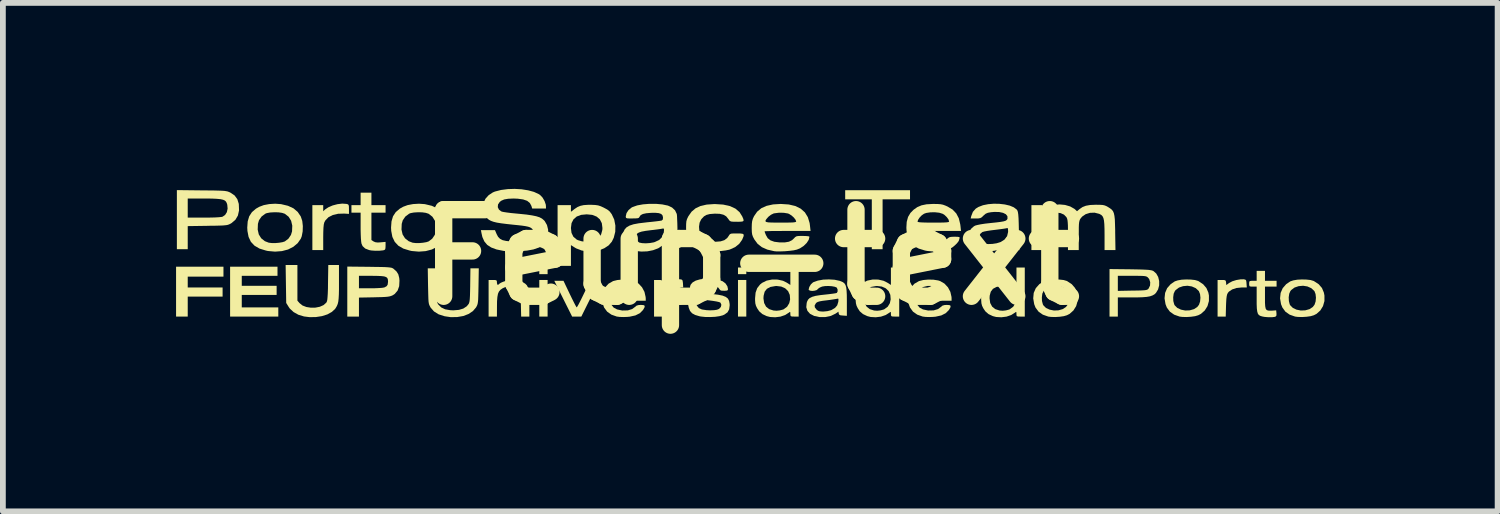
<source format=kicad_pcb>
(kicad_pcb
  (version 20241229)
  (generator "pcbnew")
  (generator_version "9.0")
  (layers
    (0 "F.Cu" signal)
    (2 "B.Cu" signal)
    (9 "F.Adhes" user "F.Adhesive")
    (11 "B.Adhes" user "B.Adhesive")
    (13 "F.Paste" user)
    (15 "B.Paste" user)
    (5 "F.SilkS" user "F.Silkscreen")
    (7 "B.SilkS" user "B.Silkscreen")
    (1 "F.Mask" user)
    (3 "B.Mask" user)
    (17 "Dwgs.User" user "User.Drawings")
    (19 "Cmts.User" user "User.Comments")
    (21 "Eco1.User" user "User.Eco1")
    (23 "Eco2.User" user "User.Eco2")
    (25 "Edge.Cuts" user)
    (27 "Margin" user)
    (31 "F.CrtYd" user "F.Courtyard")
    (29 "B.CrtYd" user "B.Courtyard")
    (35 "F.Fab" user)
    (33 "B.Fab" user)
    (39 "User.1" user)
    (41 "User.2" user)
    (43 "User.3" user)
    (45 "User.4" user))
  (footprint "Feup-text"
    (layer "F.Cu")
    (at 9.957 1.404)
    (property "Reference" "Feup-text" (at 0 0 0) (layer "F.SilkS") (effects (font (size 1.5 1.5) (thickness 0.3))))
    (attr board_only exclude_from_pos_files exclude_from_bom)
    (fp_poly (pts (xy -3.521 0.238) (xy -3.521 0.295) (xy -3.593 0.295) (xy -3.665 0.295) (xy -3.665 0.238) (xy -3.665 0.18) (xy -3.593 0.18) (xy -3.521 0.18)) (stroke (width 0) (type solid)) (fill yes) (layer "F.SilkS"))
    (fp_poly (pts (xy -3.521 0.713) (xy -3.521 1.03) (xy -3.593 1.03) (xy -3.665 1.03) (xy -3.665 0.713) (xy -3.665 0.396) (xy -3.593 0.396) (xy -3.521 0.396)) (stroke (width 0) (type solid)) (fill yes) (layer "F.SilkS"))
    (fp_poly (pts (xy -0.079 0.238) (xy -0.079 0.295) (xy -0.151 0.295) (xy -0.223 0.295) (xy -0.223 0.238) (xy -0.223 0.18) (xy -0.151 0.18) (xy -0.079 0.18)) (stroke (width 0) (type solid)) (fill yes) (layer "F.SilkS"))
    (fp_poly (pts (xy -0.079 0.713) (xy -0.079 1.03) (xy -0.151 1.03) (xy -0.223 1.03) (xy -0.223 0.713) (xy -0.223 0.396) (xy -0.151 0.396) (xy -0.079 0.396)) (stroke (width 0) (type solid)) (fill yes) (layer "F.SilkS"))
    (fp_poly (pts (xy 2.757 -1.08) (xy 2.757 -1.001) (xy 2.52 -1.001) (xy 2.282 -1.001) (xy 2.282 -0.569) (xy 2.282 -0.137) (xy 2.189 -0.137) (xy 2.095 -0.137) (xy 2.095 -0.569) (xy 2.095 -1.001) (xy 1.865 -1.001) (xy 1.634 -1.001) (xy 1.634 -1.08) (xy 1.634 -1.159) (xy 2.196 -1.159) (xy 2.757 -1.159)) (stroke (width 0) (type solid)) (fill yes) (layer "F.SilkS"))
    (fp_poly (pts (xy -9.136 0.252) (xy -9.136 0.338) (xy -9.446 0.338) (xy -9.755 0.338) (xy -9.755 0.432) (xy -9.755 0.526) (xy -9.453 0.526) (xy -9.151 0.526) (xy -9.151 0.605) (xy -9.151 0.684) (xy -9.453 0.684) (xy -9.755 0.684) (xy -9.755 0.857) (xy -9.755 1.03) (xy -9.856 1.03) (xy -9.957 1.03) (xy -9.957 0.598) (xy -9.957 0.166) (xy -9.547 0.166) (xy -9.136 0.166)) (stroke (width 0) (type solid)) (fill yes) (layer "F.SilkS"))
    (fp_poly (pts (xy -3.136 0.641) (xy -3.1 0.715) (xy -3.068 0.779) (xy -3.042 0.83) (xy -3.024 0.861) (xy -3.017 0.871) (xy -3.008 0.859) (xy -2.988 0.825) (xy -2.961 0.773) (xy -2.928 0.707) (xy -2.896 0.641) (xy -2.784 0.41) (xy -2.706 0.41) (xy -2.628 0.41) (xy -2.783 0.72) (xy -2.937 1.03) (xy -3.017 1.03) (xy -3.096 1.03) (xy -3.251 0.72) (xy -3.405 0.41) (xy -3.326 0.41) (xy -3.246 0.41)) (stroke (width 0) (type solid)) (fill yes) (layer "F.SilkS"))
    (fp_poly (pts (xy -8.2 0.245) (xy -8.2 0.324) (xy -8.51 0.324) (xy -8.819 0.324) (xy -8.819 0.41) (xy -8.819 0.497) (xy -8.517 0.497) (xy -8.215 0.497) (xy -8.215 0.576) (xy -8.215 0.655) (xy -8.517 0.655) (xy -8.819 0.655) (xy -8.819 0.763) (xy -8.819 0.871) (xy -8.503 0.871) (xy -8.186 0.871) (xy -8.186 0.95) (xy -8.186 1.03) (xy -8.603 1.03) (xy -9.021 1.03) (xy -9.021 0.598) (xy -9.021 0.166) (xy -8.611 0.166) (xy -8.2 0.166)) (stroke (width 0) (type solid)) (fill yes) (layer "F.SilkS"))
    (fp_poly (pts (xy -1.199 0.389) (xy -1.185 0.401) (xy -1.179 0.429) (xy -1.176 0.457) (xy -1.172 0.526) (xy -1.263 0.526) (xy -1.351 0.535) (xy -1.426 0.56) (xy -1.481 0.598) (xy -1.5 0.62) (xy -1.511 0.644) (xy -1.519 0.677) (xy -1.525 0.725) (xy -1.529 0.794) (xy -1.531 0.845) (xy -1.537 1.03) (xy -1.607 1.03) (xy -1.677 1.03) (xy -1.677 0.713) (xy -1.677 0.396) (xy -1.606 0.396) (xy -1.564 0.397) (xy -1.542 0.403) (xy -1.534 0.42) (xy -1.531 0.44) (xy -1.526 0.484) (xy -1.478 0.448) (xy -1.423 0.419) (xy -1.353 0.397) (xy -1.28 0.385) (xy -1.228 0.384)) (stroke (width 0) (type solid)) (fill yes) (layer "F.SilkS"))
    (fp_poly (pts (xy 8.563 0.389) (xy 8.578 0.401) (xy 8.584 0.429) (xy 8.586 0.457) (xy 8.591 0.526) (xy 8.5 0.526) (xy 8.412 0.535) (xy 8.337 0.56) (xy 8.281 0.598) (xy 8.263 0.62) (xy 8.251 0.644) (xy 8.243 0.677) (xy 8.237 0.725) (xy 8.233 0.794) (xy 8.231 0.845) (xy 8.226 1.03) (xy 8.155 1.03) (xy 8.085 1.03) (xy 8.085 0.713) (xy 8.085 0.396) (xy 8.156 0.396) (xy 8.199 0.397) (xy 8.22 0.403) (xy 8.229 0.42) (xy 8.232 0.44) (xy 8.236 0.484) (xy 8.285 0.448) (xy 8.339 0.419) (xy 8.41 0.397) (xy 8.483 0.385) (xy 8.535 0.384)) (stroke (width 0) (type solid)) (fill yes) (layer "F.SilkS"))
    (fp_poly (pts (xy -7.008 -0.922) (xy -7.007 -0.922) (xy -6.981 -0.915) (xy -6.968 -0.903) (xy -6.963 -0.877) (xy -6.962 -0.831) (xy -6.962 -0.83) (xy -6.962 -0.749) (xy -7.045 -0.754) (xy -7.15 -0.751) (xy -7.241 -0.73) (xy -7.316 -0.692) (xy -7.369 -0.638) (xy -7.389 -0.602) (xy -7.398 -0.566) (xy -7.404 -0.508) (xy -7.407 -0.426) (xy -7.408 -0.339) (xy -7.408 -0.122) (xy -7.502 -0.122) (xy -7.596 -0.122) (xy -7.596 -0.511) (xy -7.596 -0.9) (xy -7.502 -0.9) (xy -7.408 -0.9) (xy -7.408 -0.847) (xy -7.408 -0.794) (xy -7.376 -0.825) (xy -7.319 -0.863) (xy -7.245 -0.895) (xy -7.161 -0.917) (xy -7.079 -0.927)) (stroke (width 0) (type solid)) (fill yes) (layer "F.SilkS"))
    (fp_poly (pts (xy -6.573 -1.008) (xy -6.573 -0.9) (xy -6.451 -0.9) (xy -6.328 -0.9) (xy -6.328 -0.835) (xy -6.328 -0.77) (xy -6.451 -0.77) (xy -6.573 -0.77) (xy -6.573 -0.533) (xy -6.573 -0.296) (xy -6.537 -0.272) (xy -6.505 -0.258) (xy -6.463 -0.253) (xy -6.414 -0.256) (xy -6.328 -0.264) (xy -6.328 -0.195) (xy -6.33 -0.153) (xy -6.337 -0.131) (xy -6.355 -0.121) (xy -6.373 -0.117) (xy -6.432 -0.111) (xy -6.504 -0.11) (xy -6.574 -0.115) (xy -6.612 -0.122) (xy -6.681 -0.149) (xy -6.726 -0.191) (xy -6.745 -0.234) (xy -6.75 -0.266) (xy -6.755 -0.322) (xy -6.758 -0.393) (xy -6.76 -0.475) (xy -6.76 -0.529) (xy -6.76 -0.77) (xy -6.84 -0.77) (xy -6.919 -0.77) (xy -6.919 -0.835) (xy -6.919 -0.9) (xy -6.84 -0.9) (xy -6.76 -0.9) (xy -6.76 -1.008) (xy -6.76 -1.116) (xy -6.667 -1.116) (xy -6.573 -1.116)) (stroke (width 0) (type solid)) (fill yes) (layer "F.SilkS"))
    (fp_poly (pts (xy -7.855 0.445) (xy -7.855 0.754) (xy -7.818 0.797) (xy -7.767 0.838) (xy -7.7 0.864) (xy -7.623 0.876) (xy -7.543 0.875) (xy -7.467 0.86) (xy -7.402 0.831) (xy -7.355 0.789) (xy -7.351 0.782) (xy -7.343 0.765) (xy -7.337 0.736) (xy -7.333 0.692) (xy -7.329 0.63) (xy -7.326 0.546) (xy -7.325 0.443) (xy -7.32 0.137) (xy -7.227 0.137) (xy -7.135 0.137) (xy -7.135 0.444) (xy -7.135 0.558) (xy -7.137 0.648) (xy -7.141 0.717) (xy -7.147 0.771) (xy -7.157 0.812) (xy -7.171 0.846) (xy -7.189 0.877) (xy -7.202 0.897) (xy -7.258 0.949) (xy -7.335 0.992) (xy -7.429 1.022) (xy -7.533 1.038) (xy -7.643 1.04) (xy -7.74 1.028) (xy -7.837 0.999) (xy -7.921 0.952) (xy -7.986 0.892) (xy -8.005 0.865) (xy -8.049 0.794) (xy -8.054 0.466) (xy -8.059 0.137) (xy -7.957 0.137) (xy -7.855 0.137)) (stroke (width 0) (type solid)) (fill yes) (layer "F.SilkS"))
    (fp_poly (pts (xy 8.906 0.324) (xy 8.906 0.41) (xy 9.007 0.41) (xy 9.107 0.41) (xy 9.107 0.461) (xy 9.107 0.511) (xy 9.007 0.511) (xy 8.906 0.511) (xy 8.906 0.705) (xy 8.906 0.791) (xy 8.91 0.852) (xy 8.918 0.892) (xy 8.934 0.916) (xy 8.96 0.926) (xy 8.998 0.928) (xy 9.033 0.927) (xy 9.1 0.922) (xy 9.105 0.974) (xy 9.105 1.01) (xy 9.093 1.028) (xy 9.076 1.035) (xy 9.028 1.041) (xy 8.965 1.041) (xy 8.9 1.036) (xy 8.863 1.029) (xy 8.828 1.019) (xy 8.801 1.004) (xy 8.783 0.98) (xy 8.772 0.943) (xy 8.765 0.889) (xy 8.762 0.814) (xy 8.762 0.733) (xy 8.762 0.511) (xy 8.697 0.511) (xy 8.657 0.51) (xy 8.638 0.503) (xy 8.633 0.483) (xy 8.632 0.461) (xy 8.634 0.43) (xy 8.643 0.415) (xy 8.668 0.411) (xy 8.697 0.41) (xy 8.762 0.41) (xy 8.762 0.324) (xy 8.762 0.238) (xy 8.834 0.238) (xy 8.906 0.238)) (stroke (width 0) (type solid)) (fill yes) (layer "F.SilkS"))
    (fp_poly (pts (xy -4.428 0.397) (xy -4.407 0.403) (xy -4.4 0.418) (xy -4.399 0.439) (xy -4.394 0.473) (xy -4.379 0.481) (xy -4.356 0.461) (xy -4.332 0.445) (xy -4.291 0.427) (xy -4.258 0.416) (xy -4.167 0.4) (xy -4.074 0.401) (xy -3.989 0.419) (xy -3.94 0.44) (xy -3.905 0.463) (xy -3.879 0.49) (xy -3.861 0.526) (xy -3.848 0.574) (xy -3.841 0.64) (xy -3.838 0.727) (xy -3.837 0.807) (xy -3.837 1.03) (xy -3.908 1.03) (xy -3.979 1.03) (xy -3.984 0.814) (xy -3.986 0.731) (xy -3.988 0.671) (xy -3.992 0.631) (xy -3.997 0.603) (xy -4.006 0.584) (xy -4.018 0.569) (xy -4.028 0.559) (xy -4.056 0.536) (xy -4.088 0.523) (xy -4.135 0.516) (xy -4.157 0.515) (xy -4.215 0.514) (xy -4.258 0.521) (xy -4.298 0.539) (xy -4.305 0.543) (xy -4.339 0.567) (xy -4.364 0.597) (xy -4.381 0.636) (xy -4.391 0.691) (xy -4.397 0.766) (xy -4.398 0.853) (xy -4.399 1.03) (xy -4.471 1.03) (xy -4.543 1.03) (xy -4.543 0.713) (xy -4.543 0.396) (xy -4.471 0.396)) (stroke (width 0) (type solid)) (fill yes) (layer "F.SilkS"))
    (fp_poly (pts (xy -6.61 0.168) (xy -6.495 0.17) (xy -6.405 0.171) (xy -6.337 0.173) (xy -6.287 0.176) (xy -6.251 0.18) (xy -6.226 0.184) (xy -6.208 0.191) (xy -6.194 0.199) (xy -6.19 0.202) (xy -6.138 0.249) (xy -6.107 0.299) (xy -6.091 0.362) (xy -6.087 0.407) (xy -6.092 0.503) (xy -6.119 0.579) (xy -6.168 0.637) (xy -6.206 0.662) (xy -6.23 0.672) (xy -6.257 0.68) (xy -6.292 0.686) (xy -6.339 0.69) (xy -6.404 0.693) (xy -6.492 0.695) (xy -6.526 0.696) (xy -6.789 0.701) (xy -6.789 0.865) (xy -6.789 1.03) (xy -6.89 1.03) (xy -6.991 1.03) (xy -6.991 0.597) (xy -6.991 0.432) (xy -6.789 0.432) (xy -6.789 0.54) (xy -6.589 0.54) (xy -6.512 0.539) (xy -6.443 0.536) (xy -6.387 0.532) (xy -6.352 0.526) (xy -6.348 0.525) (xy -6.311 0.505) (xy -6.292 0.478) (xy -6.286 0.434) (xy -6.285 0.422) (xy -6.288 0.388) (xy -6.297 0.363) (xy -6.317 0.346) (xy -6.352 0.334) (xy -6.405 0.328) (xy -6.48 0.325) (xy -6.569 0.324) (xy -6.789 0.324) (xy -6.789 0.432) (xy -6.991 0.432) (xy -6.991 0.164)) (stroke (width 0) (type solid)) (fill yes) (layer "F.SilkS"))
    (fp_poly (pts (xy 6.57 0.211) (xy 6.683 0.213) (xy 6.771 0.215) (xy 6.838 0.218) (xy 6.888 0.221) (xy 6.923 0.226) (xy 6.949 0.231) (xy 6.968 0.239) (xy 6.973 0.241) (xy 7.022 0.284) (xy 7.056 0.344) (xy 7.073 0.414) (xy 7.073 0.489) (xy 7.054 0.56) (xy 7.018 0.619) (xy 6.991 0.645) (xy 6.957 0.664) (xy 6.914 0.679) (xy 6.857 0.689) (xy 6.782 0.695) (xy 6.685 0.698) (xy 6.594 0.698) (xy 6.357 0.698) (xy 6.357 0.864) (xy 6.357 1.03) (xy 6.285 1.03) (xy 6.213 1.03) (xy 6.213 0.618) (xy 6.213 0.454) (xy 6.357 0.454) (xy 6.357 0.585) (xy 6.61 0.58) (xy 6.702 0.579) (xy 6.768 0.577) (xy 6.815 0.574) (xy 6.846 0.57) (xy 6.866 0.564) (xy 6.88 0.555) (xy 6.891 0.543) (xy 6.891 0.542) (xy 6.915 0.492) (xy 6.918 0.435) (xy 6.901 0.382) (xy 6.883 0.359) (xy 6.87 0.346) (xy 6.855 0.337) (xy 6.835 0.331) (xy 6.804 0.327) (xy 6.759 0.325) (xy 6.694 0.324) (xy 6.605 0.324) (xy 6.603 0.324) (xy 6.357 0.324) (xy 6.357 0.454) (xy 6.213 0.454) (xy 6.213 0.207)) (stroke (width 0) (type solid)) (fill yes) (layer "F.SilkS"))
    (fp_poly (pts (xy -5.448 0.489) (xy -5.446 0.589) (xy -5.444 0.664) (xy -5.441 0.72) (xy -5.437 0.759) (xy -5.432 0.786) (xy -5.424 0.805) (xy -5.415 0.821) (xy -5.413 0.822) (xy -5.363 0.872) (xy -5.296 0.904) (xy -5.211 0.919) (xy -5.155 0.922) (xy -5.057 0.914) (xy -4.981 0.891) (xy -4.922 0.852) (xy -4.897 0.822) (xy -4.886 0.807) (xy -4.879 0.788) (xy -4.873 0.762) (xy -4.869 0.725) (xy -4.866 0.672) (xy -4.864 0.599) (xy -4.862 0.502) (xy -4.862 0.489) (xy -4.858 0.194) (xy -4.785 0.194) (xy -4.713 0.194) (xy -4.718 0.5) (xy -4.72 0.602) (xy -4.722 0.679) (xy -4.724 0.736) (xy -4.728 0.778) (xy -4.733 0.808) (xy -4.74 0.831) (xy -4.75 0.852) (xy -4.761 0.872) (xy -4.815 0.935) (xy -4.89 0.985) (xy -4.981 1.02) (xy -5.086 1.038) (xy -5.199 1.04) (xy -5.306 1.024) (xy -5.409 0.991) (xy -5.489 0.941) (xy -5.547 0.875) (xy -5.549 0.871) (xy -5.561 0.849) (xy -5.571 0.828) (xy -5.578 0.804) (xy -5.583 0.772) (xy -5.586 0.728) (xy -5.588 0.668) (xy -5.59 0.587) (xy -5.592 0.5) (xy -5.597 0.194) (xy -5.524 0.194) (xy -5.452 0.194)) (stroke (width 0) (type solid)) (fill yes) (layer "F.SilkS"))
    (fp_poly (pts (xy 5.348 0.389) (xy 5.419 0.397) (xy 5.473 0.413) (xy 5.479 0.416) (xy 5.56 0.47) (xy 5.616 0.535) (xy 5.65 0.614) (xy 5.66 0.665) (xy 5.66 0.761) (xy 5.635 0.849) (xy 5.588 0.924) (xy 5.522 0.983) (xy 5.475 1.007) (xy 5.421 1.023) (xy 5.35 1.033) (xy 5.272 1.038) (xy 5.199 1.036) (xy 5.152 1.03) (xy 5.058 0.997) (xy 4.984 0.945) (xy 4.931 0.874) (xy 4.908 0.815) (xy 4.891 0.713) (xy 4.893 0.696) (xy 5.041 0.696) (xy 5.043 0.76) (xy 5.058 0.817) (xy 5.067 0.835) (xy 5.112 0.88) (xy 5.176 0.91) (xy 5.25 0.925) (xy 5.328 0.922) (xy 5.401 0.901) (xy 5.402 0.901) (xy 5.458 0.864) (xy 5.488 0.825) (xy 5.507 0.769) (xy 5.513 0.703) (xy 5.506 0.64) (xy 5.486 0.59) (xy 5.483 0.586) (xy 5.431 0.538) (xy 5.364 0.508) (xy 5.289 0.496) (xy 5.213 0.503) (xy 5.142 0.527) (xy 5.084 0.57) (xy 5.07 0.588) (xy 5.049 0.634) (xy 5.041 0.696) (xy 4.893 0.696) (xy 4.9 0.62) (xy 4.936 0.538) (xy 4.998 0.468) (xy 5.068 0.42) (xy 5.119 0.403) (xy 5.189 0.391) (xy 5.268 0.387)) (stroke (width 0) (type solid)) (fill yes) (layer "F.SilkS"))
    (fp_poly (pts (xy 7.623 0.389) (xy 7.694 0.397) (xy 7.748 0.413) (xy 7.754 0.416) (xy 7.835 0.47) (xy 7.891 0.535) (xy 7.925 0.614) (xy 7.935 0.665) (xy 7.935 0.761) (xy 7.91 0.849) (xy 7.863 0.924) (xy 7.797 0.983) (xy 7.75 1.007) (xy 7.696 1.023) (xy 7.625 1.033) (xy 7.547 1.038) (xy 7.474 1.036) (xy 7.427 1.03) (xy 7.333 0.997) (xy 7.259 0.945) (xy 7.206 0.874) (xy 7.183 0.815) (xy 7.166 0.713) (xy 7.168 0.696) (xy 7.316 0.696) (xy 7.318 0.76) (xy 7.333 0.817) (xy 7.342 0.835) (xy 7.387 0.88) (xy 7.451 0.91) (xy 7.525 0.925) (xy 7.603 0.922) (xy 7.676 0.901) (xy 7.677 0.901) (xy 7.733 0.864) (xy 7.763 0.825) (xy 7.782 0.769) (xy 7.788 0.703) (xy 7.781 0.64) (xy 7.761 0.59) (xy 7.758 0.586) (xy 7.707 0.538) (xy 7.639 0.508) (xy 7.564 0.496) (xy 7.488 0.503) (xy 7.417 0.527) (xy 7.359 0.57) (xy 7.345 0.588) (xy 7.324 0.634) (xy 7.316 0.696) (xy 7.168 0.696) (xy 7.176 0.62) (xy 7.211 0.538) (xy 7.273 0.468) (xy 7.344 0.42) (xy 7.395 0.403) (xy 7.464 0.391) (xy 7.543 0.387)) (stroke (width 0) (type solid)) (fill yes) (layer "F.SilkS"))
    (fp_poly (pts (xy 9.624 0.389) (xy 9.696 0.397) (xy 9.749 0.413) (xy 9.755 0.416) (xy 9.837 0.47) (xy 9.893 0.535) (xy 9.926 0.614) (xy 9.936 0.665) (xy 9.936 0.761) (xy 9.911 0.849) (xy 9.865 0.924) (xy 9.799 0.983) (xy 9.752 1.007) (xy 9.698 1.023) (xy 9.627 1.033) (xy 9.549 1.038) (xy 9.476 1.036) (xy 9.428 1.03) (xy 9.334 0.997) (xy 9.26 0.945) (xy 9.208 0.874) (xy 9.184 0.815) (xy 9.167 0.713) (xy 9.169 0.696) (xy 9.317 0.696) (xy 9.32 0.76) (xy 9.334 0.817) (xy 9.344 0.835) (xy 9.389 0.88) (xy 9.452 0.91) (xy 9.527 0.925) (xy 9.604 0.922) (xy 9.678 0.901) (xy 9.679 0.901) (xy 9.734 0.864) (xy 9.764 0.825) (xy 9.783 0.769) (xy 9.789 0.703) (xy 9.782 0.64) (xy 9.763 0.59) (xy 9.76 0.586) (xy 9.708 0.538) (xy 9.641 0.508) (xy 9.566 0.496) (xy 9.489 0.503) (xy 9.418 0.527) (xy 9.361 0.57) (xy 9.346 0.588) (xy 9.326 0.634) (xy 9.317 0.696) (xy 9.169 0.696) (xy 9.177 0.62) (xy 9.213 0.538) (xy 9.274 0.468) (xy 9.345 0.42) (xy 9.396 0.403) (xy 9.466 0.391) (xy 9.545 0.387)) (stroke (width 0) (type solid)) (fill yes) (layer "F.SilkS"))
    (fp_poly (pts (xy -9.514 -1.156) (xy -9.392 -1.155) (xy -9.295 -1.154) (xy -9.219 -1.152) (xy -9.162 -1.15) (xy -9.119 -1.147) (xy -9.087 -1.142) (xy -9.063 -1.137) (xy -9.042 -1.129) (xy -9.021 -1.12) (xy -9.014 -1.116) (xy -8.943 -1.068) (xy -8.896 -1.004) (xy -8.871 -0.924) (xy -8.87 -0.916) (xy -8.866 -0.81) (xy -8.886 -0.72) (xy -8.929 -0.647) (xy -8.996 -0.59) (xy -9.007 -0.583) (xy -9.028 -0.572) (xy -9.049 -0.563) (xy -9.073 -0.556) (xy -9.105 -0.552) (xy -9.148 -0.548) (xy -9.207 -0.546) (xy -9.286 -0.544) (xy -9.388 -0.543) (xy -9.413 -0.542) (xy -9.755 -0.537) (xy -9.755 -0.337) (xy -9.755 -0.137) (xy -9.849 -0.137) (xy -9.943 -0.137) (xy -9.943 -0.649) (xy -9.943 -0.85) (xy -9.755 -0.85) (xy -9.755 -0.684) (xy -9.477 -0.684) (xy -9.374 -0.685) (xy -9.286 -0.687) (xy -9.217 -0.691) (xy -9.169 -0.696) (xy -9.152 -0.7) (xy -9.108 -0.73) (xy -9.077 -0.779) (xy -9.064 -0.84) (xy -9.07 -0.907) (xy -9.079 -0.936) (xy -9.092 -0.961) (xy -9.112 -0.98) (xy -9.143 -0.994) (xy -9.188 -1.004) (xy -9.251 -1.01) (xy -9.335 -1.014) (xy -9.443 -1.015) (xy -9.474 -1.015) (xy -9.755 -1.015) (xy -9.755 -0.85) (xy -9.943 -0.85) (xy -9.943 -1.161)) (stroke (width 0) (type solid)) (fill yes) (layer "F.SilkS"))
    (fp_poly (pts (xy 0.828 0.605) (xy 0.828 1.03) (xy 0.756 1.03) (xy 0.713 1.029) (xy 0.692 1.023) (xy 0.685 1.007) (xy 0.684 0.984) (xy 0.683 0.954) (xy 0.675 0.949) (xy 0.658 0.962) (xy 0.594 1.003) (xy 0.512 1.031) (xy 0.422 1.042) (xy 0.333 1.037) (xy 0.274 1.022) (xy 0.2 0.987) (xy 0.145 0.939) (xy 0.108 0.884) (xy 0.088 0.842) (xy 0.077 0.8) (xy 0.073 0.745) (xy 0.073 0.714) (xy 0.218 0.714) (xy 0.23 0.795) (xy 0.263 0.858) (xy 0.317 0.901) (xy 0.392 0.925) (xy 0.446 0.929) (xy 0.502 0.923) (xy 0.554 0.909) (xy 0.568 0.904) (xy 0.628 0.859) (xy 0.665 0.798) (xy 0.68 0.732) (xy 0.674 0.654) (xy 0.645 0.589) (xy 0.594 0.54) (xy 0.526 0.51) (xy 0.442 0.5) (xy 0.421 0.502) (xy 0.338 0.517) (xy 0.278 0.549) (xy 0.239 0.599) (xy 0.221 0.669) (xy 0.218 0.714) (xy 0.073 0.714) (xy 0.073 0.713) (xy 0.082 0.615) (xy 0.11 0.537) (xy 0.16 0.474) (xy 0.193 0.447) (xy 0.274 0.407) (xy 0.368 0.388) (xy 0.464 0.389) (xy 0.557 0.41) (xy 0.618 0.44) (xy 0.684 0.482) (xy 0.684 0.331) (xy 0.684 0.18) (xy 0.756 0.18) (xy 0.828 0.18)) (stroke (width 0) (type solid)) (fill yes) (layer "F.SilkS"))
    (fp_poly (pts (xy 2.57 0.605) (xy 2.57 1.03) (xy 2.498 1.03) (xy 2.456 1.029) (xy 2.434 1.023) (xy 2.427 1.007) (xy 2.426 0.984) (xy 2.425 0.954) (xy 2.417 0.949) (xy 2.401 0.962) (xy 2.336 1.003) (xy 2.254 1.031) (xy 2.164 1.042) (xy 2.075 1.037) (xy 2.017 1.022) (xy 1.943 0.987) (xy 1.887 0.939) (xy 1.851 0.884) (xy 1.831 0.842) (xy 1.82 0.8) (xy 1.815 0.745) (xy 1.815 0.714) (xy 1.961 0.714) (xy 1.972 0.795) (xy 2.005 0.858) (xy 2.06 0.901) (xy 2.134 0.925) (xy 2.189 0.929) (xy 2.244 0.923) (xy 2.296 0.909) (xy 2.31 0.904) (xy 2.371 0.859) (xy 2.408 0.798) (xy 2.422 0.732) (xy 2.416 0.654) (xy 2.387 0.589) (xy 2.336 0.54) (xy 2.268 0.51) (xy 2.184 0.5) (xy 2.163 0.502) (xy 2.08 0.517) (xy 2.02 0.549) (xy 1.982 0.599) (xy 1.963 0.669) (xy 1.961 0.714) (xy 1.815 0.714) (xy 1.815 0.713) (xy 1.824 0.615) (xy 1.853 0.537) (xy 1.902 0.474) (xy 1.936 0.447) (xy 2.017 0.407) (xy 2.11 0.388) (xy 2.207 0.389) (xy 2.299 0.41) (xy 2.36 0.44) (xy 2.426 0.482) (xy 2.426 0.331) (xy 2.426 0.18) (xy 2.498 0.18) (xy 2.57 0.18)) (stroke (width 0) (type solid)) (fill yes) (layer "F.SilkS"))
    (fp_poly (pts (xy 4.745 0.605) (xy 4.745 1.03) (xy 4.673 1.03) (xy 4.63 1.029) (xy 4.609 1.023) (xy 4.601 1.007) (xy 4.601 0.984) (xy 4.599 0.954) (xy 4.592 0.949) (xy 4.575 0.962) (xy 4.51 1.003) (xy 4.429 1.031) (xy 4.339 1.042) (xy 4.249 1.037) (xy 4.191 1.022) (xy 4.117 0.987) (xy 4.062 0.939) (xy 4.025 0.884) (xy 4.005 0.842) (xy 3.994 0.8) (xy 3.99 0.745) (xy 3.989 0.714) (xy 4.135 0.714) (xy 4.146 0.795) (xy 4.18 0.858) (xy 4.234 0.901) (xy 4.308 0.925) (xy 4.363 0.929) (xy 4.419 0.923) (xy 4.471 0.909) (xy 4.484 0.904) (xy 4.545 0.859) (xy 4.582 0.798) (xy 4.596 0.732) (xy 4.59 0.654) (xy 4.561 0.589) (xy 4.511 0.54) (xy 4.442 0.51) (xy 4.359 0.5) (xy 4.337 0.502) (xy 4.254 0.517) (xy 4.194 0.549) (xy 4.156 0.599) (xy 4.137 0.669) (xy 4.135 0.714) (xy 3.989 0.714) (xy 3.989 0.713) (xy 3.998 0.615) (xy 4.027 0.537) (xy 4.076 0.474) (xy 4.11 0.447) (xy 4.191 0.407) (xy 4.284 0.388) (xy 4.381 0.389) (xy 4.473 0.41) (xy 4.534 0.44) (xy 4.601 0.482) (xy 4.601 0.331) (xy 4.601 0.18) (xy 4.673 0.18) (xy 4.745 0.18)) (stroke (width 0) (type solid)) (fill yes) (layer "F.SilkS"))
    (fp_poly (pts (xy -8.14 -0.918) (xy -8.135 -0.917) (xy -8.018 -0.889) (xy -7.923 -0.845) (xy -7.85 -0.783) (xy -7.796 -0.703) (xy -7.796 -0.702) (xy -7.771 -0.627) (xy -7.761 -0.538) (xy -7.764 -0.445) (xy -7.78 -0.361) (xy -7.796 -0.32) (xy -7.85 -0.242) (xy -7.925 -0.179) (xy -8.017 -0.132) (xy -8.124 -0.104) (xy -8.242 -0.095) (xy -8.366 -0.106) (xy -8.402 -0.114) (xy -8.512 -0.148) (xy -8.598 -0.198) (xy -8.661 -0.265) (xy -8.701 -0.35) (xy -8.721 -0.454) (xy -8.722 -0.477) (xy -8.543 -0.477) (xy -8.524 -0.393) (xy -8.482 -0.326) (xy -8.419 -0.276) (xy -8.351 -0.25) (xy -8.302 -0.244) (xy -8.239 -0.243) (xy -8.172 -0.249) (xy -8.113 -0.259) (xy -8.073 -0.272) (xy -8.011 -0.319) (xy -7.967 -0.384) (xy -7.948 -0.446) (xy -7.944 -0.545) (xy -7.964 -0.63) (xy -8.007 -0.699) (xy -8.072 -0.75) (xy -8.076 -0.752) (xy -8.122 -0.767) (xy -8.186 -0.776) (xy -8.258 -0.777) (xy -8.328 -0.773) (xy -8.386 -0.762) (xy -8.411 -0.752) (xy -8.476 -0.703) (xy -8.521 -0.638) (xy -8.539 -0.576) (xy -8.543 -0.477) (xy -8.722 -0.477) (xy -8.724 -0.511) (xy -8.716 -0.619) (xy -8.69 -0.707) (xy -8.643 -0.779) (xy -8.573 -0.839) (xy -8.515 -0.872) (xy -8.437 -0.901) (xy -8.342 -0.919) (xy -8.239 -0.925)) (stroke (width 0) (type solid)) (fill yes) (layer "F.SilkS"))
    (fp_poly (pts (xy -5.649 -0.918) (xy -5.644 -0.917) (xy -5.527 -0.889) (xy -5.432 -0.845) (xy -5.359 -0.783) (xy -5.305 -0.703) (xy -5.305 -0.702) (xy -5.28 -0.627) (xy -5.27 -0.538) (xy -5.273 -0.445) (xy -5.289 -0.361) (xy -5.305 -0.32) (xy -5.358 -0.242) (xy -5.434 -0.179) (xy -5.526 -0.132) (xy -5.633 -0.104) (xy -5.751 -0.095) (xy -5.875 -0.106) (xy -5.911 -0.114) (xy -6.021 -0.148) (xy -6.107 -0.198) (xy -6.169 -0.265) (xy -6.21 -0.35) (xy -6.23 -0.454) (xy -6.231 -0.477) (xy -6.052 -0.477) (xy -6.033 -0.393) (xy -5.991 -0.326) (xy -5.928 -0.276) (xy -5.86 -0.25) (xy -5.811 -0.244) (xy -5.748 -0.243) (xy -5.681 -0.249) (xy -5.622 -0.259) (xy -5.582 -0.272) (xy -5.52 -0.319) (xy -5.476 -0.384) (xy -5.456 -0.446) (xy -5.453 -0.545) (xy -5.473 -0.63) (xy -5.516 -0.699) (xy -5.581 -0.75) (xy -5.585 -0.752) (xy -5.631 -0.767) (xy -5.695 -0.776) (xy -5.767 -0.777) (xy -5.837 -0.773) (xy -5.895 -0.762) (xy -5.92 -0.752) (xy -5.985 -0.703) (xy -6.03 -0.638) (xy -6.048 -0.576) (xy -6.052 -0.477) (xy -6.231 -0.477) (xy -6.233 -0.511) (xy -6.225 -0.619) (xy -6.199 -0.707) (xy -6.152 -0.779) (xy -6.082 -0.839) (xy -6.024 -0.872) (xy -5.946 -0.901) (xy -5.851 -0.919) (xy -5.748 -0.925)) (stroke (width 0) (type solid)) (fill yes) (layer "F.SilkS"))
    (fp_poly (pts (xy -2.696 -0.903) (xy -2.646 -0.896) (xy -2.6 -0.881) (xy -2.548 -0.857) (xy -2.487 -0.824) (xy -2.445 -0.79) (xy -2.413 -0.747) (xy -2.411 -0.745) (xy -2.367 -0.651) (xy -2.347 -0.546) (xy -2.349 -0.439) (xy -2.375 -0.336) (xy -2.408 -0.268) (xy -2.464 -0.203) (xy -2.54 -0.153) (xy -2.63 -0.118) (xy -2.73 -0.1) (xy -2.832 -0.099) (xy -2.932 -0.115) (xy -3.025 -0.151) (xy -3.049 -0.165) (xy -3.117 -0.208) (xy -3.117 -0.028) (xy -3.117 0.151) (xy -3.233 0.151) (xy -3.348 0.151) (xy -3.348 -0.374) (xy -3.348 -0.504) (xy -3.117 -0.504) (xy -3.117 -0.504) (xy -3.107 -0.42) (xy -3.075 -0.354) (xy -3.021 -0.307) (xy -2.996 -0.294) (xy -2.925 -0.273) (xy -2.841 -0.267) (xy -2.757 -0.274) (xy -2.689 -0.295) (xy -2.632 -0.336) (xy -2.593 -0.396) (xy -2.573 -0.471) (xy -2.571 -0.504) (xy -2.582 -0.588) (xy -2.616 -0.654) (xy -2.672 -0.702) (xy -2.749 -0.732) (xy -2.843 -0.741) (xy -2.94 -0.732) (xy -3.017 -0.703) (xy -3.072 -0.655) (xy -3.106 -0.589) (xy -3.117 -0.504) (xy -3.348 -0.504) (xy -3.348 -0.9) (xy -3.233 -0.9) (xy -3.117 -0.9) (xy -3.117 -0.842) (xy -3.117 -0.785) (xy -3.052 -0.835) (xy -3.004 -0.867) (xy -2.954 -0.888) (xy -2.895 -0.901) (xy -2.82 -0.906) (xy -2.762 -0.906)) (stroke (width 0) (type solid)) (fill yes) (layer "F.SilkS"))
    (fp_poly (pts (xy -2.136 0.391) (xy -2.054 0.404) (xy -2.02 0.415) (xy -1.945 0.458) (xy -1.885 0.523) (xy -1.843 0.602) (xy -1.823 0.691) (xy -1.821 0.719) (xy -1.821 0.756) (xy -2.124 0.756) (xy -2.228 0.756) (xy -2.306 0.757) (xy -2.362 0.759) (xy -2.399 0.764) (xy -2.419 0.772) (xy -2.426 0.784) (xy -2.424 0.801) (xy -2.414 0.824) (xy -2.411 0.832) (xy -2.376 0.875) (xy -2.318 0.906) (xy -2.239 0.923) (xy -2.226 0.925) (xy -2.132 0.923) (xy -2.057 0.9) (xy -2.008 0.864) (xy -1.979 0.84) (xy -1.942 0.83) (xy -1.905 0.828) (xy -1.86 0.831) (xy -1.839 0.843) (xy -1.841 0.868) (xy -1.864 0.909) (xy -1.868 0.916) (xy -1.922 0.971) (xy -2 1.01) (xy -2.1 1.032) (xy -2.146 1.036) (xy -2.21 1.038) (xy -2.272 1.036) (xy -2.318 1.03) (xy -2.321 1.03) (xy -2.415 0.997) (xy -2.489 0.945) (xy -2.542 0.874) (xy -2.571 0.793) (xy -2.58 0.696) (xy -2.568 0.625) (xy -2.426 0.625) (xy -2.414 0.632) (xy -2.376 0.637) (xy -2.311 0.64) (xy -2.219 0.641) (xy -2.203 0.641) (xy -2.107 0.64) (xy -2.038 0.637) (xy -1.996 0.633) (xy -1.98 0.626) (xy -1.98 0.625) (xy -1.989 0.606) (xy -2.013 0.576) (xy -2.028 0.561) (xy -2.087 0.521) (xy -2.159 0.5) (xy -2.236 0.499) (xy -2.31 0.517) (xy -2.372 0.555) (xy -2.379 0.562) (xy -2.407 0.593) (xy -2.424 0.618) (xy -2.426 0.625) (xy -2.568 0.625) (xy -2.564 0.605) (xy -2.526 0.526) (xy -2.466 0.461) (xy -2.388 0.416) (xy -2.386 0.415) (xy -2.313 0.397) (xy -2.226 0.389)) (stroke (width 0) (type solid)) (fill yes) (layer "F.SilkS"))
    (fp_poly (pts (xy -0.479 -0.91) (xy -0.362 -0.884) (xy -0.267 -0.84) (xy -0.196 -0.779) (xy -0.15 -0.706) (xy -0.131 -0.662) (xy -0.125 -0.635) (xy -0.136 -0.62) (xy -0.168 -0.614) (xy -0.225 -0.612) (xy -0.241 -0.613) (xy -0.3 -0.613) (xy -0.337 -0.616) (xy -0.359 -0.624) (xy -0.375 -0.638) (xy -0.389 -0.659) (xy -0.427 -0.706) (xy -0.476 -0.735) (xy -0.54 -0.75) (xy -0.626 -0.753) (xy -0.637 -0.752) (xy -0.713 -0.746) (xy -0.769 -0.731) (xy -0.812 -0.706) (xy -0.85 -0.666) (xy -0.862 -0.651) (xy -0.888 -0.596) (xy -0.898 -0.526) (xy -0.892 -0.453) (xy -0.872 -0.391) (xy -0.834 -0.334) (xy -0.781 -0.296) (xy -0.71 -0.274) (xy -0.618 -0.266) (xy -0.611 -0.266) (xy -0.524 -0.273) (xy -0.458 -0.294) (xy -0.409 -0.332) (xy -0.384 -0.367) (xy -0.371 -0.388) (xy -0.356 -0.401) (xy -0.333 -0.408) (xy -0.294 -0.41) (xy -0.241 -0.41) (xy -0.177 -0.409) (xy -0.139 -0.403) (xy -0.123 -0.388) (xy -0.127 -0.359) (xy -0.146 -0.313) (xy -0.153 -0.298) (xy -0.201 -0.231) (xy -0.271 -0.174) (xy -0.359 -0.134) (xy -0.373 -0.129) (xy -0.436 -0.116) (xy -0.516 -0.106) (xy -0.604 -0.1) (xy -0.687 -0.1) (xy -0.756 -0.105) (xy -0.77 -0.107) (xy -0.885 -0.139) (xy -0.978 -0.191) (xy -1.049 -0.26) (xy -1.083 -0.314) (xy -1.103 -0.357) (xy -1.115 -0.398) (xy -1.121 -0.447) (xy -1.122 -0.511) (xy -1.121 -0.575) (xy -1.117 -0.621) (xy -1.106 -0.659) (xy -1.087 -0.699) (xy -1.08 -0.712) (xy -1.026 -0.788) (xy -0.957 -0.846) (xy -0.871 -0.886) (xy -0.765 -0.91) (xy -0.636 -0.919) (xy -0.619 -0.919)) (stroke (width 0) (type solid)) (fill yes) (layer "F.SilkS"))
    (fp_poly (pts (xy 3.163 0.391) (xy 3.245 0.404) (xy 3.279 0.415) (xy 3.353 0.458) (xy 3.414 0.523) (xy 3.456 0.602) (xy 3.476 0.691) (xy 3.477 0.719) (xy 3.477 0.756) (xy 3.175 0.756) (xy 3.071 0.756) (xy 2.993 0.757) (xy 2.937 0.759) (xy 2.9 0.764) (xy 2.88 0.772) (xy 2.872 0.784) (xy 2.875 0.801) (xy 2.884 0.824) (xy 2.888 0.832) (xy 2.923 0.875) (xy 2.981 0.906) (xy 3.06 0.923) (xy 3.073 0.925) (xy 3.167 0.923) (xy 3.242 0.9) (xy 3.291 0.864) (xy 3.32 0.84) (xy 3.357 0.83) (xy 3.393 0.828) (xy 3.439 0.831) (xy 3.46 0.843) (xy 3.458 0.868) (xy 3.435 0.909) (xy 3.431 0.916) (xy 3.376 0.971) (xy 3.299 1.01) (xy 3.199 1.032) (xy 3.152 1.036) (xy 3.088 1.038) (xy 3.027 1.036) (xy 2.981 1.03) (xy 2.978 1.03) (xy 2.883 0.997) (xy 2.809 0.945) (xy 2.757 0.874) (xy 2.728 0.793) (xy 2.719 0.696) (xy 2.731 0.625) (xy 2.873 0.625) (xy 2.885 0.632) (xy 2.923 0.637) (xy 2.988 0.64) (xy 3.08 0.641) (xy 3.096 0.641) (xy 3.192 0.64) (xy 3.261 0.637) (xy 3.303 0.633) (xy 3.319 0.626) (xy 3.319 0.625) (xy 3.31 0.606) (xy 3.286 0.576) (xy 3.271 0.561) (xy 3.212 0.521) (xy 3.139 0.5) (xy 3.062 0.499) (xy 2.989 0.517) (xy 2.927 0.555) (xy 2.92 0.562) (xy 2.892 0.593) (xy 2.875 0.618) (xy 2.873 0.625) (xy 2.731 0.625) (xy 2.734 0.605) (xy 2.773 0.526) (xy 2.833 0.461) (xy 2.911 0.416) (xy 2.913 0.415) (xy 2.986 0.397) (xy 3.073 0.389)) (stroke (width 0) (type solid)) (fill yes) (layer "F.SilkS"))
    (fp_poly (pts (xy 3.237 -0.92) (xy 3.288 -0.916) (xy 3.328 -0.908) (xy 3.369 -0.893) (xy 3.407 -0.876) (xy 3.494 -0.824) (xy 3.558 -0.757) (xy 3.602 -0.673) (xy 3.627 -0.569) (xy 3.631 -0.54) (xy 3.64 -0.454) (xy 3.255 -0.454) (xy 2.869 -0.454) (xy 2.879 -0.414) (xy 2.909 -0.346) (xy 2.962 -0.294) (xy 3.038 -0.259) (xy 3.135 -0.242) (xy 3.137 -0.241) (xy 3.237 -0.243) (xy 3.321 -0.264) (xy 3.386 -0.303) (xy 3.394 -0.311) (xy 3.421 -0.334) (xy 3.447 -0.347) (xy 3.484 -0.352) (xy 3.53 -0.353) (xy 3.581 -0.352) (xy 3.608 -0.348) (xy 3.617 -0.34) (xy 3.616 -0.33) (xy 3.608 -0.303) (xy 3.607 -0.295) (xy 3.596 -0.272) (xy 3.57 -0.239) (xy 3.533 -0.203) (xy 3.494 -0.171) (xy 3.464 -0.152) (xy 3.378 -0.12) (xy 3.274 -0.101) (xy 3.163 -0.097) (xy 3.053 -0.107) (xy 3.017 -0.114) (xy 2.907 -0.148) (xy 2.821 -0.198) (xy 2.758 -0.265) (xy 2.717 -0.35) (xy 2.697 -0.455) (xy 2.694 -0.511) (xy 2.7 -0.613) (xy 2.701 -0.614) (xy 2.887 -0.614) (xy 2.897 -0.608) (xy 2.929 -0.603) (xy 2.985 -0.6) (xy 3.066 -0.598) (xy 3.161 -0.598) (xy 3.261 -0.598) (xy 3.335 -0.599) (xy 3.387 -0.602) (xy 3.418 -0.606) (xy 3.432 -0.612) (xy 3.434 -0.616) (xy 3.423 -0.653) (xy 3.393 -0.694) (xy 3.353 -0.732) (xy 3.324 -0.75) (xy 3.264 -0.769) (xy 3.189 -0.777) (xy 3.11 -0.776) (xy 3.038 -0.765) (xy 2.999 -0.751) (xy 2.959 -0.723) (xy 2.922 -0.684) (xy 2.896 -0.644) (xy 2.887 -0.614) (xy 2.701 -0.614) (xy 2.723 -0.696) (xy 2.765 -0.766) (xy 2.818 -0.82) (xy 2.883 -0.866) (xy 2.956 -0.897) (xy 3.043 -0.915) (xy 3.151 -0.921) (xy 3.168 -0.921)) (stroke (width 0) (type solid)) (fill yes) (layer "F.SilkS"))
    (fp_poly (pts (xy 5.442 -0.904) (xy 5.531 -0.878) (xy 5.605 -0.836) (xy 5.619 -0.824) (xy 5.65 -0.795) (xy 5.694 -0.832) (xy 5.745 -0.867) (xy 5.804 -0.89) (xy 5.878 -0.903) (xy 5.973 -0.907) (xy 5.983 -0.907) (xy 6.05 -0.906) (xy 6.096 -0.903) (xy 6.131 -0.895) (xy 6.164 -0.881) (xy 6.188 -0.867) (xy 6.224 -0.844) (xy 6.252 -0.822) (xy 6.273 -0.796) (xy 6.288 -0.761) (xy 6.298 -0.715) (xy 6.305 -0.654) (xy 6.308 -0.572) (xy 6.311 -0.467) (xy 6.311 -0.428) (xy 6.316 -0.122) (xy 6.221 -0.122) (xy 6.127 -0.122) (xy 6.127 -0.382) (xy 6.126 -0.489) (xy 6.123 -0.572) (xy 6.117 -0.633) (xy 6.107 -0.677) (xy 6.092 -0.708) (xy 6.071 -0.73) (xy 6.042 -0.746) (xy 6.033 -0.75) (xy 5.954 -0.77) (xy 5.874 -0.767) (xy 5.8 -0.744) (xy 5.739 -0.702) (xy 5.713 -0.671) (xy 5.701 -0.652) (xy 5.693 -0.631) (xy 5.687 -0.605) (xy 5.683 -0.568) (xy 5.681 -0.516) (xy 5.681 -0.443) (xy 5.68 -0.372) (xy 5.68 -0.122) (xy 5.587 -0.122) (xy 5.493 -0.122) (xy 5.493 -0.385) (xy 5.493 -0.48) (xy 5.492 -0.551) (xy 5.489 -0.602) (xy 5.485 -0.639) (xy 5.479 -0.665) (xy 5.47 -0.685) (xy 5.466 -0.693) (xy 5.424 -0.736) (xy 5.366 -0.762) (xy 5.299 -0.771) (xy 5.23 -0.764) (xy 5.164 -0.741) (xy 5.109 -0.705) (xy 5.07 -0.654) (xy 5.067 -0.646) (xy 5.058 -0.614) (xy 5.052 -0.564) (xy 5.049 -0.493) (xy 5.047 -0.396) (xy 5.047 -0.36) (xy 5.047 -0.122) (xy 4.953 -0.122) (xy 4.86 -0.122) (xy 4.86 -0.511) (xy 4.86 -0.9) (xy 4.953 -0.9) (xy 5.047 -0.9) (xy 5.047 -0.848) (xy 5.047 -0.797) (xy 5.091 -0.834) (xy 5.164 -0.878) (xy 5.251 -0.904) (xy 5.347 -0.913)) (stroke (width 0) (type solid)) (fill yes) (layer "F.SilkS"))
    (fp_poly (pts (xy -0.624 0.38) (xy -0.541 0.399) (xy -0.488 0.419) (xy -0.44 0.455) (xy -0.407 0.505) (xy -0.396 0.554) (xy -0.4 0.572) (xy -0.416 0.58) (xy -0.452 0.583) (xy -0.465 0.583) (xy -0.509 0.581) (xy -0.533 0.571) (xy -0.547 0.551) (xy -0.547 0.551) (xy -0.574 0.517) (xy -0.619 0.495) (xy -0.686 0.484) (xy -0.734 0.483) (xy -0.813 0.487) (xy -0.868 0.501) (xy -0.9 0.525) (xy -0.912 0.558) (xy -0.912 0.579) (xy -0.904 0.595) (xy -0.884 0.607) (xy -0.849 0.617) (xy -0.795 0.626) (xy -0.717 0.634) (xy -0.672 0.639) (xy -0.569 0.651) (xy -0.49 0.667) (xy -0.435 0.689) (xy -0.398 0.718) (xy -0.377 0.758) (xy -0.368 0.81) (xy -0.367 0.836) (xy -0.376 0.905) (xy -0.404 0.956) (xy -0.456 0.994) (xy -0.486 1.008) (xy -0.543 1.023) (xy -0.619 1.034) (xy -0.705 1.038) (xy -0.79 1.037) (xy -0.865 1.029) (xy -0.887 1.025) (xy -0.965 1.002) (xy -1.018 0.973) (xy -1.054 0.932) (xy -1.076 0.876) (xy -1.079 0.86) (xy -1.089 0.814) (xy -1.016 0.814) (xy -0.971 0.815) (xy -0.946 0.823) (xy -0.933 0.84) (xy -0.93 0.847) (xy -0.901 0.883) (xy -0.848 0.907) (xy -0.768 0.919) (xy -0.705 0.922) (xy -0.636 0.919) (xy -0.588 0.912) (xy -0.555 0.899) (xy -0.55 0.896) (xy -0.52 0.864) (xy -0.511 0.826) (xy -0.525 0.792) (xy -0.532 0.786) (xy -0.553 0.778) (xy -0.597 0.768) (xy -0.658 0.758) (xy -0.728 0.749) (xy -0.739 0.748) (xy -0.813 0.739) (xy -0.879 0.73) (xy -0.93 0.721) (xy -0.96 0.714) (xy -0.962 0.714) (xy -1.011 0.681) (xy -1.044 0.63) (xy -1.058 0.569) (xy -1.052 0.504) (xy -1.042 0.476) (xy -1.009 0.438) (xy -0.955 0.407) (xy -0.884 0.386) (xy -0.801 0.374) (xy -0.713 0.371)) (stroke (width 0) (type solid)) (fill yes) (layer "F.SilkS"))
    (fp_poly (pts (xy 1.451 0.392) (xy 1.538 0.411) (xy 1.563 0.42) (xy 1.596 0.435) (xy 1.621 0.455) (xy 1.639 0.483) (xy 1.651 0.523) (xy 1.658 0.579) (xy 1.662 0.655) (xy 1.663 0.755) (xy 1.663 0.778) (xy 1.663 1.017) (xy 1.595 1.012) (xy 1.552 1.008) (xy 1.531 0.998) (xy 1.522 0.979) (xy 1.522 0.977) (xy 1.517 0.945) (xy 1.467 0.979) (xy 1.387 1.018) (xy 1.292 1.038) (xy 1.193 1.039) (xy 1.097 1.019) (xy 1.095 1.018) (xy 1.025 0.982) (xy 0.98 0.931) (xy 0.96 0.868) (xy 0.963 0.837) (xy 1.105 0.837) (xy 1.108 0.87) (xy 1.136 0.907) (xy 1.137 0.908) (xy 1.163 0.929) (xy 1.194 0.939) (xy 1.241 0.943) (xy 1.256 0.943) (xy 1.326 0.936) (xy 1.387 0.92) (xy 1.397 0.916) (xy 1.458 0.88) (xy 1.496 0.835) (xy 1.514 0.777) (xy 1.515 0.771) (xy 1.518 0.734) (xy 1.513 0.719) (xy 1.503 0.72) (xy 1.481 0.724) (xy 1.438 0.731) (xy 1.379 0.74) (xy 1.318 0.748) (xy 1.244 0.757) (xy 1.193 0.766) (xy 1.16 0.776) (xy 1.138 0.788) (xy 1.127 0.799) (xy 1.105 0.837) (xy 0.963 0.837) (xy 0.967 0.795) (xy 0.973 0.773) (xy 0.991 0.737) (xy 1.019 0.709) (xy 1.062 0.688) (xy 1.122 0.671) (xy 1.205 0.658) (xy 1.278 0.65) (xy 1.351 0.642) (xy 1.414 0.634) (xy 1.461 0.627) (xy 1.486 0.621) (xy 1.489 0.62) (xy 1.502 0.597) (xy 1.503 0.563) (xy 1.49 0.532) (xy 1.484 0.526) (xy 1.452 0.513) (xy 1.402 0.504) (xy 1.342 0.5) (xy 1.283 0.502) (xy 1.235 0.51) (xy 1.194 0.527) (xy 1.164 0.548) (xy 1.159 0.555) (xy 1.138 0.572) (xy 1.102 0.582) (xy 1.062 0.586) (xy 1.026 0.581) (xy 1.004 0.57) (xy 1.001 0.561) (xy 1.012 0.518) (xy 1.039 0.473) (xy 1.075 0.439) (xy 1.084 0.434) (xy 1.159 0.407) (xy 1.252 0.39) (xy 1.352 0.386)) (stroke (width 0) (type solid)) (fill yes) (layer "F.SilkS"))
    (fp_poly (pts (xy 0.656 -0.912) (xy 0.771 -0.885) (xy 0.864 -0.839) (xy 0.936 -0.775) (xy 0.987 -0.692) (xy 1.018 -0.59) (xy 1.024 -0.544) (xy 1.034 -0.454) (xy 0.636 -0.454) (xy 0.532 -0.453) (xy 0.438 -0.453) (xy 0.358 -0.452) (xy 0.296 -0.45) (xy 0.254 -0.449) (xy 0.238 -0.447) (xy 0.238 -0.447) (xy 0.242 -0.43) (xy 0.255 -0.397) (xy 0.261 -0.382) (xy 0.292 -0.328) (xy 0.34 -0.29) (xy 0.407 -0.266) (xy 0.496 -0.255) (xy 0.497 -0.255) (xy 0.589 -0.255) (xy 0.66 -0.267) (xy 0.714 -0.294) (xy 0.747 -0.325) (xy 0.767 -0.346) (xy 0.787 -0.359) (xy 0.814 -0.365) (xy 0.858 -0.367) (xy 0.899 -0.367) (xy 0.959 -0.365) (xy 0.999 -0.361) (xy 1.015 -0.353) (xy 1.015 -0.352) (xy 1.002 -0.299) (xy 0.967 -0.245) (xy 0.915 -0.194) (xy 0.851 -0.152) (xy 0.796 -0.13) (xy 0.743 -0.118) (xy 0.672 -0.109) (xy 0.591 -0.102) (xy 0.512 -0.099) (xy 0.443 -0.099) (xy 0.403 -0.103) (xy 0.286 -0.13) (xy 0.191 -0.172) (xy 0.117 -0.23) (xy 0.06 -0.307) (xy 0.058 -0.311) (xy 0.036 -0.353) (xy 0.023 -0.391) (xy 0.017 -0.433) (xy 0.015 -0.491) (xy 0.015 -0.511) (xy 0.017 -0.577) (xy 0.022 -0.62) (xy 0.253 -0.62) (xy 0.267 -0.609) (xy 0.3 -0.602) (xy 0.355 -0.599) (xy 0.433 -0.598) (xy 0.518 -0.598) (xy 0.614 -0.598) (xy 0.684 -0.599) (xy 0.733 -0.601) (xy 0.763 -0.605) (xy 0.779 -0.61) (xy 0.785 -0.617) (xy 0.785 -0.619) (xy 0.773 -0.649) (xy 0.744 -0.686) (xy 0.705 -0.721) (xy 0.664 -0.747) (xy 0.643 -0.756) (xy 0.57 -0.768) (xy 0.486 -0.769) (xy 0.409 -0.759) (xy 0.394 -0.756) (xy 0.349 -0.734) (xy 0.305 -0.7) (xy 0.296 -0.69) (xy 0.27 -0.66) (xy 0.255 -0.637) (xy 0.253 -0.62) (xy 0.022 -0.62) (xy 0.023 -0.625) (xy 0.035 -0.666) (xy 0.055 -0.709) (xy 0.109 -0.787) (xy 0.181 -0.847) (xy 0.272 -0.888) (xy 0.385 -0.913) (xy 0.518 -0.921)) (stroke (width 0) (type solid)) (fill yes) (layer "F.SilkS"))
    (fp_poly (pts (xy -3.971 -1.175) (xy -3.858 -1.157) (xy -3.758 -1.13) (xy -3.677 -1.093) (xy -3.652 -1.077) (xy -3.608 -1.031) (xy -3.573 -0.97) (xy -3.552 -0.908) (xy -3.55 -0.882) (xy -3.549 -0.842) (xy -3.669 -0.842) (xy -3.788 -0.842) (xy -3.802 -0.888) (xy -3.829 -0.938) (xy -3.875 -0.975) (xy -3.944 -0.999) (xy -4.037 -1.012) (xy -4.111 -1.015) (xy -4.203 -1.011) (xy -4.273 -0.999) (xy -4.325 -0.976) (xy -4.351 -0.955) (xy -4.38 -0.912) (xy -4.384 -0.865) (xy -4.364 -0.823) (xy -4.323 -0.792) (xy -4.309 -0.787) (xy -4.28 -0.781) (xy -4.227 -0.773) (xy -4.157 -0.764) (xy -4.076 -0.756) (xy -4.003 -0.749) (xy -3.885 -0.737) (xy -3.791 -0.723) (xy -3.718 -0.708) (xy -3.661 -0.69) (xy -3.618 -0.667) (xy -3.584 -0.638) (xy -3.571 -0.624) (xy -3.532 -0.556) (xy -3.512 -0.476) (xy -3.513 -0.391) (xy -3.533 -0.31) (xy -3.563 -0.255) (xy -3.613 -0.203) (xy -3.68 -0.163) (xy -3.767 -0.133) (xy -3.877 -0.113) (xy -4.011 -0.102) (xy -4.032 -0.101) (xy -4.11 -0.1) (xy -4.186 -0.101) (xy -4.252 -0.104) (xy -4.29 -0.109) (xy -4.407 -0.133) (xy -4.498 -0.167) (xy -4.567 -0.212) (xy -4.617 -0.272) (xy -4.651 -0.348) (xy -4.666 -0.414) (xy -4.676 -0.468) (xy -4.555 -0.468) (xy -4.433 -0.468) (xy -4.404 -0.399) (xy -4.379 -0.352) (xy -4.346 -0.318) (xy -4.301 -0.294) (xy -4.239 -0.28) (xy -4.155 -0.271) (xy -4.111 -0.269) (xy -4.003 -0.269) (xy -3.919 -0.277) (xy -3.856 -0.295) (xy -3.809 -0.323) (xy -3.8 -0.332) (xy -3.774 -0.373) (xy -3.765 -0.423) (xy -3.775 -0.469) (xy -3.789 -0.49) (xy -3.807 -0.505) (xy -3.829 -0.517) (xy -3.859 -0.527) (xy -3.901 -0.536) (xy -3.961 -0.545) (xy -4.042 -0.554) (xy -4.112 -0.561) (xy -4.232 -0.574) (xy -4.327 -0.586) (xy -4.401 -0.598) (xy -4.458 -0.612) (xy -4.502 -0.628) (xy -4.537 -0.647) (xy -4.566 -0.671) (xy -4.583 -0.687) (xy -4.613 -0.737) (xy -4.632 -0.803) (xy -4.638 -0.876) (xy -4.63 -0.943) (xy -4.597 -1.012) (xy -4.542 -1.073) (xy -4.471 -1.12) (xy -4.433 -1.136) (xy -4.328 -1.163) (xy -4.212 -1.178) (xy -4.091 -1.182)) (stroke (width 0) (type solid)) (fill yes) (layer "F.SilkS"))
    (fp_poly (pts (xy 4.306 -0.923) (xy 4.4 -0.912) (xy 4.485 -0.892) (xy 4.554 -0.863) (xy 4.603 -0.826) (xy 4.615 -0.811) (xy 4.625 -0.784) (xy 4.632 -0.739) (xy 4.637 -0.672) (xy 4.64 -0.59) (xy 4.642 -0.502) (xy 4.644 -0.409) (xy 4.646 -0.321) (xy 4.647 -0.262) (xy 4.651 -0.121) (xy 4.565 -0.125) (xy 4.517 -0.128) (xy 4.49 -0.134) (xy 4.479 -0.146) (xy 4.474 -0.169) (xy 4.474 -0.176) (xy 4.466 -0.212) (xy 4.452 -0.221) (xy 4.429 -0.203) (xy 4.422 -0.196) (xy 4.374 -0.16) (xy 4.306 -0.132) (xy 4.224 -0.111) (xy 4.136 -0.1) (xy 4.05 -0.099) (xy 3.973 -0.111) (xy 3.965 -0.113) (xy 3.882 -0.144) (xy 3.824 -0.185) (xy 3.789 -0.239) (xy 3.774 -0.311) (xy 3.773 -0.345) (xy 3.774 -0.359) (xy 3.956 -0.359) (xy 3.958 -0.311) (xy 3.979 -0.268) (xy 4.007 -0.245) (xy 4.051 -0.231) (xy 4.114 -0.226) (xy 4.186 -0.229) (xy 4.258 -0.24) (xy 4.32 -0.259) (xy 4.33 -0.263) (xy 4.397 -0.306) (xy 4.439 -0.364) (xy 4.456 -0.436) (xy 4.456 -0.451) (xy 4.454 -0.489) (xy 4.446 -0.505) (xy 4.442 -0.504) (xy 4.423 -0.499) (xy 4.382 -0.492) (xy 4.323 -0.484) (xy 4.253 -0.475) (xy 4.237 -0.473) (xy 4.163 -0.464) (xy 4.096 -0.454) (xy 4.044 -0.444) (xy 4.013 -0.435) (xy 4.01 -0.434) (xy 3.974 -0.403) (xy 3.956 -0.359) (xy 3.774 -0.359) (xy 3.782 -0.426) (xy 3.812 -0.488) (xy 3.863 -0.533) (xy 3.886 -0.546) (xy 3.922 -0.556) (xy 3.98 -0.568) (xy 4.058 -0.58) (xy 4.148 -0.59) (xy 4.157 -0.591) (xy 4.253 -0.601) (xy 4.325 -0.61) (xy 4.376 -0.619) (xy 4.41 -0.629) (xy 4.431 -0.642) (xy 4.442 -0.657) (xy 4.446 -0.669) (xy 4.444 -0.71) (xy 4.417 -0.743) (xy 4.369 -0.767) (xy 4.302 -0.781) (xy 4.219 -0.783) (xy 4.16 -0.778) (xy 4.106 -0.768) (xy 4.068 -0.752) (xy 4.035 -0.724) (xy 4.029 -0.719) (xy 4.001 -0.691) (xy 3.975 -0.676) (xy 3.94 -0.67) (xy 3.896 -0.67) (xy 3.808 -0.67) (xy 3.817 -0.709) (xy 3.846 -0.784) (xy 3.896 -0.84) (xy 3.943 -0.869) (xy 4.021 -0.899) (xy 4.111 -0.917) (xy 4.208 -0.925)) (stroke (width 0) (type solid)) (fill yes) (layer "F.SilkS"))
    (fp_poly (pts (xy -1.644 -0.923) (xy -1.535 -0.913) (xy -1.439 -0.893) (xy -1.435 -0.892) (xy -1.365 -0.859) (xy -1.313 -0.81) (xy -1.284 -0.749) (xy -1.282 -0.738) (xy -1.279 -0.709) (xy -1.277 -0.657) (xy -1.274 -0.587) (xy -1.272 -0.504) (xy -1.271 -0.413) (xy -1.271 -0.406) (xy -1.267 -0.121) (xy -1.375 -0.125) (xy -1.431 -0.128) (xy -1.464 -0.133) (xy -1.481 -0.142) (xy -1.487 -0.156) (xy -1.487 -0.158) (xy -1.496 -0.2) (xy -1.506 -0.216) (xy -1.523 -0.21) (xy -1.537 -0.198) (xy -1.605 -0.153) (xy -1.693 -0.12) (xy -1.793 -0.1) (xy -1.898 -0.096) (xy -1.995 -0.107) (xy -2.083 -0.136) (xy -2.151 -0.182) (xy -2.197 -0.243) (xy -2.219 -0.317) (xy -2.219 -0.325) (xy -1.989 -0.325) (xy -1.969 -0.28) (xy -1.933 -0.252) (xy -1.884 -0.242) (xy -1.819 -0.239) (xy -1.748 -0.244) (xy -1.681 -0.256) (xy -1.666 -0.261) (xy -1.59 -0.296) (xy -1.54 -0.344) (xy -1.512 -0.407) (xy -1.508 -0.433) (xy -1.504 -0.474) (xy -1.507 -0.492) (xy -1.52 -0.496) (xy -1.535 -0.493) (xy -1.563 -0.488) (xy -1.612 -0.481) (xy -1.675 -0.473) (xy -1.728 -0.467) (xy -1.822 -0.455) (xy -1.892 -0.442) (xy -1.94 -0.426) (xy -1.97 -0.407) (xy -1.986 -0.383) (xy -1.988 -0.374) (xy -1.989 -0.325) (xy -2.219 -0.325) (xy -2.219 -0.374) (xy -2.208 -0.433) (xy -2.186 -0.48) (xy -2.152 -0.517) (xy -2.102 -0.546) (xy -2.032 -0.569) (xy -1.941 -0.586) (xy -1.824 -0.6) (xy -1.8 -0.603) (xy -1.72 -0.611) (xy -1.648 -0.619) (xy -1.591 -0.626) (xy -1.554 -0.632) (xy -1.544 -0.634) (xy -1.525 -0.652) (xy -1.522 -0.688) (xy -1.522 -0.689) (xy -1.531 -0.724) (xy -1.554 -0.748) (xy -1.595 -0.762) (xy -1.656 -0.768) (xy -1.728 -0.767) (xy -1.812 -0.76) (xy -1.871 -0.747) (xy -1.909 -0.727) (xy -1.929 -0.698) (xy -1.931 -0.695) (xy -1.939 -0.682) (xy -1.958 -0.674) (xy -1.994 -0.671) (xy -2.052 -0.67) (xy -2.053 -0.67) (xy -2.11 -0.67) (xy -2.144 -0.672) (xy -2.161 -0.679) (xy -2.166 -0.691) (xy -2.167 -0.707) (xy -2.154 -0.762) (xy -2.119 -0.815) (xy -2.067 -0.858) (xy -2.048 -0.868) (xy -1.968 -0.896) (xy -1.869 -0.914) (xy -1.758 -0.923)) (stroke (width 0) (type solid)) (fill yes) (layer "F.SilkS")))
  (gr_rect
    (start -3 -3)
    (end 22.893 5.808)
    (stroke (width 0.1) (type default))
    (fill no)
    (layer "Edge.Cuts")))
</source>
